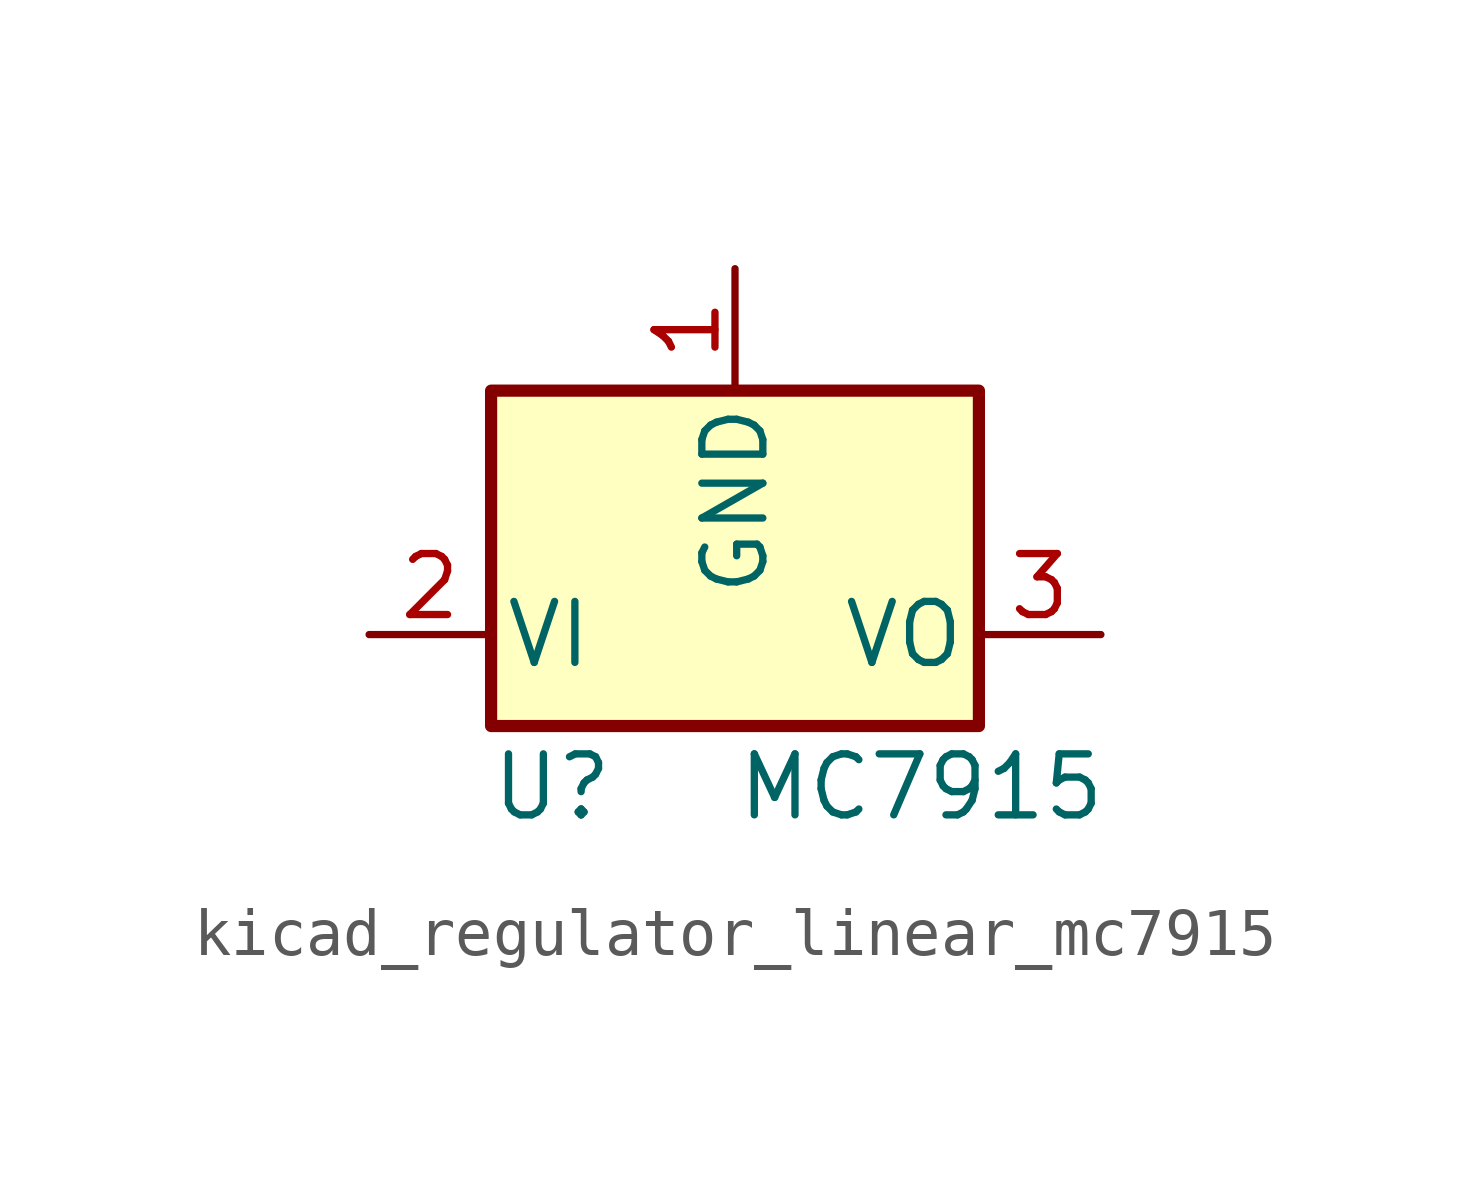
<source format=kicad_sym>
(kicad_symbol_lib
  (version 20220914)
  (generator kicad_symbol_editor)
  (symbol "kicad_regulator_linear_mc7915"
    (pin_names
      (offset 0.254))
    (property "Reference" "U"
      (at -3.81 -3.175 0)
      (effects (font (size 1.27 1.27))))
    (property "Value" "MC7915"
      (at 0 -3.175 0)
      (effects (font (size 1.27 1.27)) (justify left)))
    (symbol "kicad_regulator_linear_mc7915_0_1"
      (rectangle (start -5.08 5.08) (end 5.08 -1.905) (stroke (width 0.254) (type default)) (fill (type background))))
    (symbol "kicad_regulator_linear_mc7915_1_1"
      (pin power_in line (at 0 7.62 270) (length 2.54) (name "GND" (effects (font (size 1.27 1.27)))) (number "1" (effects (font (size 1.27 1.27)))))
      (pin power_in line (at -7.62 0 0) (length 2.54) (name "VI" (effects (font (size 1.27 1.27)))) (number "2" (effects (font (size 1.27 1.27)))))
      (pin power_out line (at 7.62 0 180) (length 2.54) (name "VO" (effects (font (size 1.27 1.27)))) (number "3" (effects (font (size 1.27 1.27))))))))
</source>
